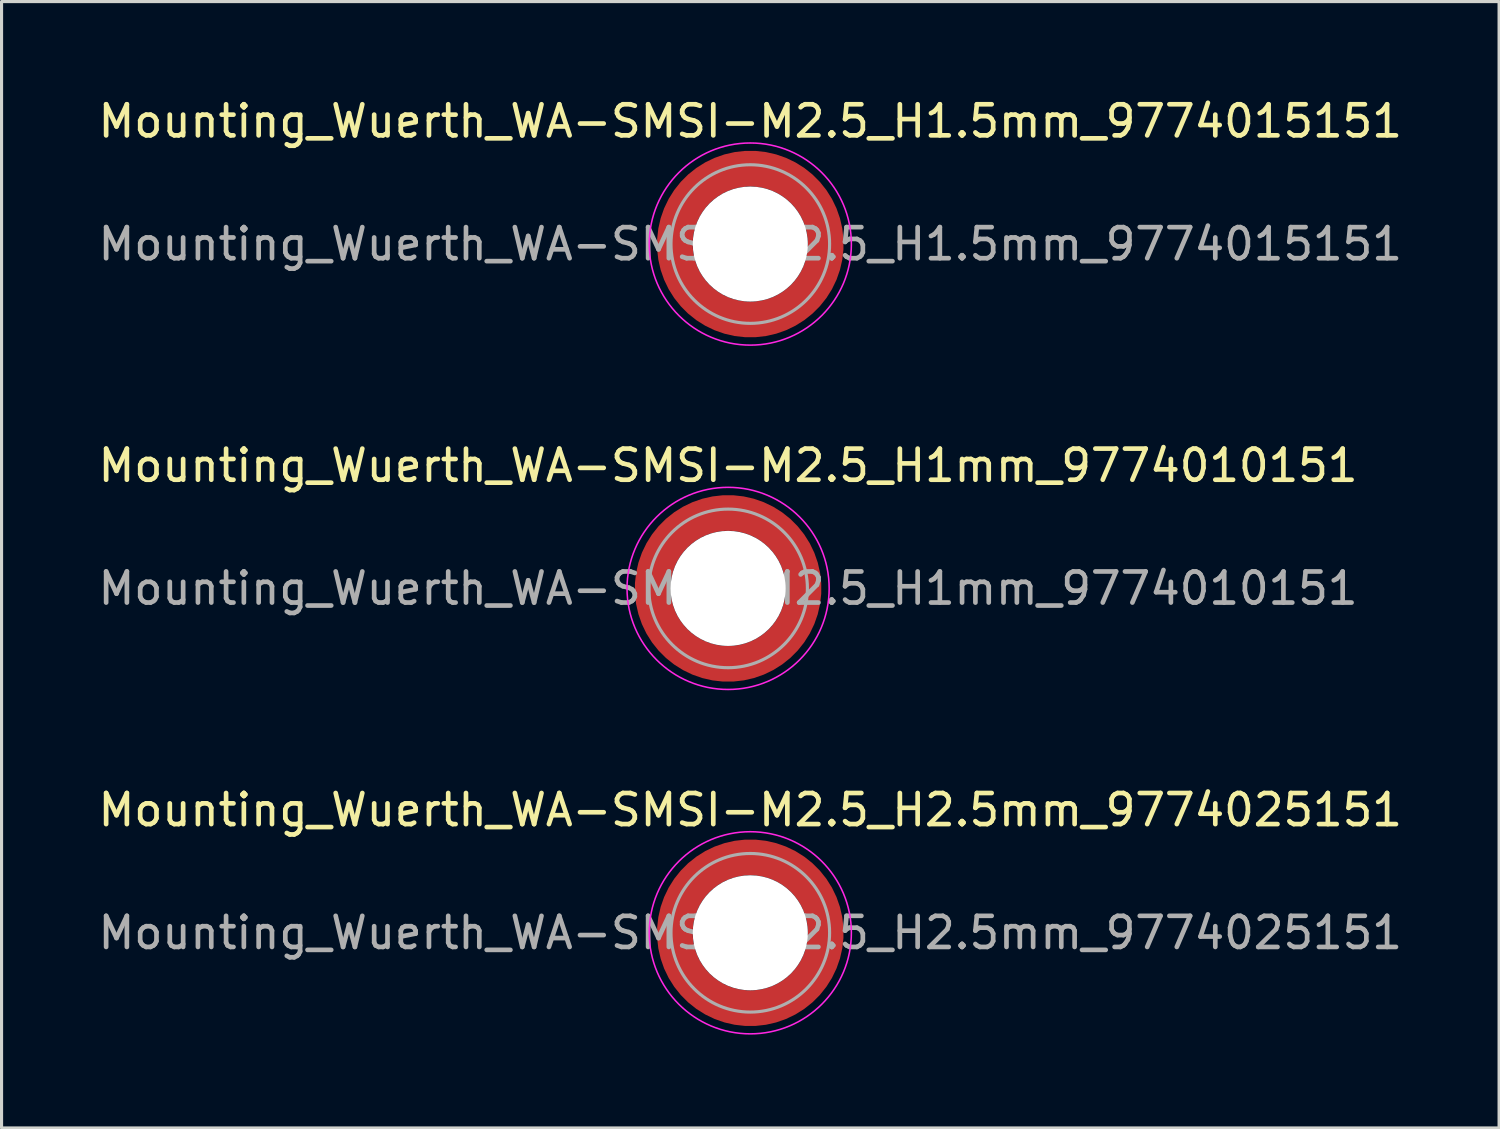
<source format=kicad_pcb>
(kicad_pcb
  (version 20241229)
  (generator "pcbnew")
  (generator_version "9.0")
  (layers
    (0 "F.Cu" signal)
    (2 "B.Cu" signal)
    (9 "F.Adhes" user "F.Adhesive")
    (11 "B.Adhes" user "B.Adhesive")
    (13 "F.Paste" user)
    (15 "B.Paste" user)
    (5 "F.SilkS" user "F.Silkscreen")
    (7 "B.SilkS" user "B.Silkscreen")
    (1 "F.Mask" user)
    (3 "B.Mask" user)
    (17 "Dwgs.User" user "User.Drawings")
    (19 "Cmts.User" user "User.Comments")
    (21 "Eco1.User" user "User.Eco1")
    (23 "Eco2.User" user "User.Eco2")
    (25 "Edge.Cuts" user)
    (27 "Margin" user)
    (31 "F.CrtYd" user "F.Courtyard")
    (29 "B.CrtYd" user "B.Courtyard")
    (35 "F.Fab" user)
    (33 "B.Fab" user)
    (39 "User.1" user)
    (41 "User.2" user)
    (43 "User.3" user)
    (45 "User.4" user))
  (footprint "Mounting_Wuerth_WA-SMSI-M2.5_H1mm_9774010151"
    (layer "F.Cu")
    (at 20.363 15.871)
    (property "Reference" "Mounting_Wuerth_WA-SMSI-M2.5_H1mm_9774010151" (at 0 -3.95 0) (layer "F.SilkS") (effects (font (size 1 1) (thickness 0.15))))
    (attr smd allow_soldermask_bridges)
    (fp_circle (center 0 0) (end 3.25 0) (stroke (width 0.05) (type solid)) (fill no) (layer "F.CrtYd"))
    (fp_circle (center 0 0) (end 2.55 0) (stroke (width 0.1) (type solid)) (fill no) (layer "F.Fab"))
    (fp_text user "${REFERENCE}" (at 0 0 0) (layer "F.Fab") (effects (font (size 1 1) (thickness 0.15))))
    (pad "" smd custom (at -1.704 -1.704) (size 0.51 0.51) (layers "F.Paste") (options (anchor circle)) (primitives (gr_arc (start -0.250195 1.279127) (mid 0.289914 0.289914) (end 1.279127 -0.250195) (width 0.2)) (gr_arc (start -0.34334 1.279127) (mid 0.225488 0.225488) (end 1.279127 -0.34334) (width 0.2)) (gr_arc (start -0.436309 1.279127) (mid 0.161063 0.161063) (end 1.279127 -0.436309) (width 0.2)) (gr_arc (start -0.529126 1.279127) (mid 0.096638 0.096638) (end 1.279127 -0.529126) (width 0.2)) (gr_arc (start -0.621807 1.279127) (mid 0.032213 0.032213) (end 1.279127 -0.621807) (width 0.2)) (gr_arc (start -0.71437 1.279127) (mid -0.032213 -0.032213) (end 1.279127 -0.71437) (width 0.2)) (gr_arc (start -0.806826 1.279127) (mid -0.096638 -0.096638) (end 1.279127 -0.806826) (width 0.2)) (gr_arc (start -0.899187 1.279127) (mid -0.161063 -0.161063) (end 1.279127 -0.899187) (width 0.2)) (gr_arc (start -0.991463 1.279127) (mid -0.225488 -0.225488) (end 1.279127 -0.991463) (width 0.2)) (gr_arc (start -1.083663 1.279127) (mid -0.289914 -0.289914) (end 1.279127 -1.083663) (width 0.2)) (gr_line (start 1.279 -0.25) (end 1.279 -1.084) (width 0.2)) (gr_line (start -0.25 1.279) (end -1.084 1.279) (width 0.2))))
    (pad "" smd custom (at -1.704 1.704) (size 0.51 0.51) (layers "F.Paste") (options (anchor circle)) (primitives (gr_arc (start 1.279127 0.250195) (mid 0.289914 -0.289914) (end -0.250195 -1.279127) (width 0.2)) (gr_arc (start 1.279127 0.34334) (mid 0.225488 -0.225488) (end -0.34334 -1.279127) (width 0.2)) (gr_arc (start 1.279127 0.436309) (mid 0.161063 -0.161063) (end -0.436309 -1.279127) (width 0.2)) (gr_arc (start 1.279127 0.529126) (mid 0.096638 -0.096638) (end -0.529126 -1.279127) (width 0.2)) (gr_arc (start 1.279127 0.621807) (mid 0.032213 -0.032213) (end -0.621807 -1.279127) (width 0.2)) (gr_arc (start 1.279127 0.71437) (mid -0.032213 0.032213) (end -0.71437 -1.279127) (width 0.2)) (gr_arc (start 1.279127 0.806826) (mid -0.096638 0.096638) (end -0.806826 -1.279127) (width 0.2)) (gr_arc (start 1.279127 0.899187) (mid -0.161063 0.161063) (end -0.899187 -1.279127) (width 0.2)) (gr_arc (start 1.279127 0.991463) (mid -0.225488 0.225488) (end -0.991463 -1.279127) (width 0.2)) (gr_arc (start 1.279127 1.083663) (mid -0.289914 0.289914) (end -1.083663 -1.279127) (width 0.2)) (gr_line (start -0.25 -1.279) (end -1.084 -1.279) (width 0.2)) (gr_line (start 1.279 0.25) (end 1.279 1.084) (width 0.2))))
    (pad "" np_thru_hole circle (at 0 0) (size 3.7 3.7) (drill 3.7) (layers "*.Cu" "*.Mask"))
    (pad "" smd custom (at 1.704 -1.704) (size 0.51 0.51) (layers "F.Paste") (options (anchor circle)) (primitives (gr_arc (start -1.279127 -0.250195) (mid -0.289914 0.289914) (end 0.250195 1.279127) (width 0.2)) (gr_arc (start -1.279127 -0.34334) (mid -0.225488 0.225488) (end 0.34334 1.279127) (width 0.2)) (gr_arc (start -1.279127 -0.436309) (mid -0.161063 0.161063) (end 0.436309 1.279127) (width 0.2)) (gr_arc (start -1.279127 -0.529126) (mid -0.096638 0.096638) (end 0.529126 1.279127) (width 0.2)) (gr_arc (start -1.279127 -0.621807) (mid -0.032213 0.032213) (end 0.621807 1.279127) (width 0.2)) (gr_arc (start -1.279127 -0.71437) (mid 0.032213 -0.032213) (end 0.71437 1.279127) (width 0.2)) (gr_arc (start -1.279127 -0.806826) (mid 0.096638 -0.096638) (end 0.806826 1.279127) (width 0.2)) (gr_arc (start -1.279127 -0.899187) (mid 0.161063 -0.161063) (end 0.899187 1.279127) (width 0.2)) (gr_arc (start -1.279127 -0.991463) (mid 0.225488 -0.225488) (end 0.991463 1.279127) (width 0.2)) (gr_arc (start -1.279127 -1.083663) (mid 0.289914 -0.289914) (end 1.083663 1.279127) (width 0.2)) (gr_line (start 0.25 1.279) (end 1.084 1.279) (width 0.2)) (gr_line (start -1.279 -0.25) (end -1.279 -1.084) (width 0.2))))
    (pad "" smd custom (at 1.704 1.704) (size 0.51 0.51) (layers "F.Paste") (options (anchor circle)) (primitives (gr_arc (start 0.250195 -1.279127) (mid -0.289914 -0.289914) (end -1.279127 0.250195) (width 0.2)) (gr_arc (start 0.34334 -1.279127) (mid -0.225488 -0.225488) (end -1.279127 0.34334) (width 0.2)) (gr_arc (start 0.436309 -1.279127) (mid -0.161063 -0.161063) (end -1.279127 0.436309) (width 0.2)) (gr_arc (start 0.529126 -1.279127) (mid -0.096638 -0.096638) (end -1.279127 0.529126) (width 0.2)) (gr_arc (start 0.621807 -1.279127) (mid -0.032213 -0.032213) (end -1.279127 0.621807) (width 0.2)) (gr_arc (start 0.71437 -1.279127) (mid 0.032213 0.032213) (end -1.279127 0.71437) (width 0.2)) (gr_arc (start 0.806826 -1.279127) (mid 0.096638 0.096638) (end -1.279127 0.806826) (width 0.2)) (gr_arc (start 0.899187 -1.279127) (mid 0.161063 0.161063) (end -1.279127 0.899187) (width 0.2)) (gr_arc (start 0.991463 -1.279127) (mid 0.225488 0.225488) (end -1.279127 0.991463) (width 0.2)) (gr_arc (start 1.083663 -1.279127) (mid 0.289914 0.289914) (end -1.279127 1.083663) (width 0.2)) (gr_line (start -1.279 0.25) (end -1.279 1.084) (width 0.2)) (gr_line (start 0.25 -1.279) (end 1.084 -1.279) (width 0.2))))
    (pad "1" smd circle (at -2.425 0) (size 0.642 0.642) (layers "F.Cu"))
    (pad "1" smd circle (at 0 -2.425) (size 0.642 0.642) (layers "F.Cu"))
    (pad "1" smd circle (at 0 2.425) (size 0.642 0.642) (layers "F.Cu"))
    (pad "1" smd custom (at 2.425 0) (size 1.15 1.15) (layers "F.Cu" "F.Mask") (options (anchor circle)) (primitives (gr_circle (center -2.425 0) (end 0 0) (width 1.15) (fill no)))))
  (footprint "Mounting_Wuerth_WA-SMSI-M2.5_H1.5mm_9774015151"
    (layer "F.Cu")
    (at 21.077 4.798)
    (property "Reference" "Mounting_Wuerth_WA-SMSI-M2.5_H1.5mm_9774015151" (at 0 -3.95 0) (layer "F.SilkS") (effects (font (size 1 1) (thickness 0.15))))
    (attr smd allow_soldermask_bridges)
    (fp_circle (center 0 0) (end 3.25 0) (stroke (width 0.05) (type solid)) (fill no) (layer "F.CrtYd"))
    (fp_circle (center 0 0) (end 2.55 0) (stroke (width 0.1) (type solid)) (fill no) (layer "F.Fab"))
    (fp_text user "${REFERENCE}" (at 0 0 0) (layer "F.Fab") (effects (font (size 1 1) (thickness 0.15))))
    (pad "" smd custom (at -1.704 -1.704) (size 0.51 0.51) (layers "F.Paste") (options (anchor circle)) (primitives (gr_arc (start -0.250195 1.279127) (mid 0.289914 0.289914) (end 1.279127 -0.250195) (width 0.2)) (gr_arc (start -0.34334 1.279127) (mid 0.225488 0.225488) (end 1.279127 -0.34334) (width 0.2)) (gr_arc (start -0.436309 1.279127) (mid 0.161063 0.161063) (end 1.279127 -0.436309) (width 0.2)) (gr_arc (start -0.529126 1.279127) (mid 0.096638 0.096638) (end 1.279127 -0.529126) (width 0.2)) (gr_arc (start -0.621807 1.279127) (mid 0.032213 0.032213) (end 1.279127 -0.621807) (width 0.2)) (gr_arc (start -0.71437 1.279127) (mid -0.032213 -0.032213) (end 1.279127 -0.71437) (width 0.2)) (gr_arc (start -0.806826 1.279127) (mid -0.096638 -0.096638) (end 1.279127 -0.806826) (width 0.2)) (gr_arc (start -0.899187 1.279127) (mid -0.161063 -0.161063) (end 1.279127 -0.899187) (width 0.2)) (gr_arc (start -0.991463 1.279127) (mid -0.225488 -0.225488) (end 1.279127 -0.991463) (width 0.2)) (gr_arc (start -1.083663 1.279127) (mid -0.289914 -0.289914) (end 1.279127 -1.083663) (width 0.2)) (gr_line (start 1.279 -0.25) (end 1.279 -1.084) (width 0.2)) (gr_line (start -0.25 1.279) (end -1.084 1.279) (width 0.2))))
    (pad "" smd custom (at -1.704 1.704) (size 0.51 0.51) (layers "F.Paste") (options (anchor circle)) (primitives (gr_arc (start 1.279127 0.250195) (mid 0.289914 -0.289914) (end -0.250195 -1.279127) (width 0.2)) (gr_arc (start 1.279127 0.34334) (mid 0.225488 -0.225488) (end -0.34334 -1.279127) (width 0.2)) (gr_arc (start 1.279127 0.436309) (mid 0.161063 -0.161063) (end -0.436309 -1.279127) (width 0.2)) (gr_arc (start 1.279127 0.529126) (mid 0.096638 -0.096638) (end -0.529126 -1.279127) (width 0.2)) (gr_arc (start 1.279127 0.621807) (mid 0.032213 -0.032213) (end -0.621807 -1.279127) (width 0.2)) (gr_arc (start 1.279127 0.71437) (mid -0.032213 0.032213) (end -0.71437 -1.279127) (width 0.2)) (gr_arc (start 1.279127 0.806826) (mid -0.096638 0.096638) (end -0.806826 -1.279127) (width 0.2)) (gr_arc (start 1.279127 0.899187) (mid -0.161063 0.161063) (end -0.899187 -1.279127) (width 0.2)) (gr_arc (start 1.279127 0.991463) (mid -0.225488 0.225488) (end -0.991463 -1.279127) (width 0.2)) (gr_arc (start 1.279127 1.083663) (mid -0.289914 0.289914) (end -1.083663 -1.279127) (width 0.2)) (gr_line (start -0.25 -1.279) (end -1.084 -1.279) (width 0.2)) (gr_line (start 1.279 0.25) (end 1.279 1.084) (width 0.2))))
    (pad "" np_thru_hole circle (at 0 0) (size 3.7 3.7) (drill 3.7) (layers "*.Cu" "*.Mask"))
    (pad "" smd custom (at 1.704 -1.704) (size 0.51 0.51) (layers "F.Paste") (options (anchor circle)) (primitives (gr_arc (start -1.279127 -0.250195) (mid -0.289914 0.289914) (end 0.250195 1.279127) (width 0.2)) (gr_arc (start -1.279127 -0.34334) (mid -0.225488 0.225488) (end 0.34334 1.279127) (width 0.2)) (gr_arc (start -1.279127 -0.436309) (mid -0.161063 0.161063) (end 0.436309 1.279127) (width 0.2)) (gr_arc (start -1.279127 -0.529126) (mid -0.096638 0.096638) (end 0.529126 1.279127) (width 0.2)) (gr_arc (start -1.279127 -0.621807) (mid -0.032213 0.032213) (end 0.621807 1.279127) (width 0.2)) (gr_arc (start -1.279127 -0.71437) (mid 0.032213 -0.032213) (end 0.71437 1.279127) (width 0.2)) (gr_arc (start -1.279127 -0.806826) (mid 0.096638 -0.096638) (end 0.806826 1.279127) (width 0.2)) (gr_arc (start -1.279127 -0.899187) (mid 0.161063 -0.161063) (end 0.899187 1.279127) (width 0.2)) (gr_arc (start -1.279127 -0.991463) (mid 0.225488 -0.225488) (end 0.991463 1.279127) (width 0.2)) (gr_arc (start -1.279127 -1.083663) (mid 0.289914 -0.289914) (end 1.083663 1.279127) (width 0.2)) (gr_line (start 0.25 1.279) (end 1.084 1.279) (width 0.2)) (gr_line (start -1.279 -0.25) (end -1.279 -1.084) (width 0.2))))
    (pad "" smd custom (at 1.704 1.704) (size 0.51 0.51) (layers "F.Paste") (options (anchor circle)) (primitives (gr_arc (start 0.250195 -1.279127) (mid -0.289914 -0.289914) (end -1.279127 0.250195) (width 0.2)) (gr_arc (start 0.34334 -1.279127) (mid -0.225488 -0.225488) (end -1.279127 0.34334) (width 0.2)) (gr_arc (start 0.436309 -1.279127) (mid -0.161063 -0.161063) (end -1.279127 0.436309) (width 0.2)) (gr_arc (start 0.529126 -1.279127) (mid -0.096638 -0.096638) (end -1.279127 0.529126) (width 0.2)) (gr_arc (start 0.621807 -1.279127) (mid -0.032213 -0.032213) (end -1.279127 0.621807) (width 0.2)) (gr_arc (start 0.71437 -1.279127) (mid 0.032213 0.032213) (end -1.279127 0.71437) (width 0.2)) (gr_arc (start 0.806826 -1.279127) (mid 0.096638 0.096638) (end -1.279127 0.806826) (width 0.2)) (gr_arc (start 0.899187 -1.279127) (mid 0.161063 0.161063) (end -1.279127 0.899187) (width 0.2)) (gr_arc (start 0.991463 -1.279127) (mid 0.225488 0.225488) (end -1.279127 0.991463) (width 0.2)) (gr_arc (start 1.083663 -1.279127) (mid 0.289914 0.289914) (end -1.279127 1.083663) (width 0.2)) (gr_line (start -1.279 0.25) (end -1.279 1.084) (width 0.2)) (gr_line (start 0.25 -1.279) (end 1.084 -1.279) (width 0.2))))
    (pad "1" smd circle (at -2.425 0) (size 0.642 0.642) (layers "F.Cu"))
    (pad "1" smd circle (at 0 -2.425) (size 0.642 0.642) (layers "F.Cu"))
    (pad "1" smd circle (at 0 2.425) (size 0.642 0.642) (layers "F.Cu"))
    (pad "1" smd custom (at 2.425 0) (size 1.15 1.15) (layers "F.Cu" "F.Mask") (options (anchor circle)) (primitives (gr_circle (center -2.425 0) (end 0 0) (width 1.15) (fill no)))))
  (footprint "Mounting_Wuerth_WA-SMSI-M2.5_H2.5mm_9774025151"
    (layer "F.Cu")
    (at 21.077 26.945)
    (property "Reference" "Mounting_Wuerth_WA-SMSI-M2.5_H2.5mm_9774025151" (at 0 -3.95 0) (layer "F.SilkS") (effects (font (size 1 1) (thickness 0.15))))
    (attr smd allow_soldermask_bridges)
    (fp_circle (center 0 0) (end 3.25 0) (stroke (width 0.05) (type solid)) (fill no) (layer "F.CrtYd"))
    (fp_circle (center 0 0) (end 2.55 0) (stroke (width 0.1) (type solid)) (fill no) (layer "F.Fab"))
    (fp_text user "${REFERENCE}" (at 0 0 0) (layer "F.Fab") (effects (font (size 1 1) (thickness 0.15))))
    (pad "" smd custom (at -1.704 -1.704) (size 0.51 0.51) (layers "F.Paste") (options (anchor circle)) (primitives (gr_arc (start -0.250195 1.279127) (mid 0.289914 0.289914) (end 1.279127 -0.250195) (width 0.2)) (gr_arc (start -0.34334 1.279127) (mid 0.225488 0.225488) (end 1.279127 -0.34334) (width 0.2)) (gr_arc (start -0.436309 1.279127) (mid 0.161063 0.161063) (end 1.279127 -0.436309) (width 0.2)) (gr_arc (start -0.529126 1.279127) (mid 0.096638 0.096638) (end 1.279127 -0.529126) (width 0.2)) (gr_arc (start -0.621807 1.279127) (mid 0.032213 0.032213) (end 1.279127 -0.621807) (width 0.2)) (gr_arc (start -0.71437 1.279127) (mid -0.032213 -0.032213) (end 1.279127 -0.71437) (width 0.2)) (gr_arc (start -0.806826 1.279127) (mid -0.096638 -0.096638) (end 1.279127 -0.806826) (width 0.2)) (gr_arc (start -0.899187 1.279127) (mid -0.161063 -0.161063) (end 1.279127 -0.899187) (width 0.2)) (gr_arc (start -0.991463 1.279127) (mid -0.225488 -0.225488) (end 1.279127 -0.991463) (width 0.2)) (gr_arc (start -1.083663 1.279127) (mid -0.289914 -0.289914) (end 1.279127 -1.083663) (width 0.2)) (gr_line (start 1.279 -0.25) (end 1.279 -1.084) (width 0.2)) (gr_line (start -0.25 1.279) (end -1.084 1.279) (width 0.2))))
    (pad "" smd custom (at -1.704 1.704) (size 0.51 0.51) (layers "F.Paste") (options (anchor circle)) (primitives (gr_arc (start 1.279127 0.250195) (mid 0.289914 -0.289914) (end -0.250195 -1.279127) (width 0.2)) (gr_arc (start 1.279127 0.34334) (mid 0.225488 -0.225488) (end -0.34334 -1.279127) (width 0.2)) (gr_arc (start 1.279127 0.436309) (mid 0.161063 -0.161063) (end -0.436309 -1.279127) (width 0.2)) (gr_arc (start 1.279127 0.529126) (mid 0.096638 -0.096638) (end -0.529126 -1.279127) (width 0.2)) (gr_arc (start 1.279127 0.621807) (mid 0.032213 -0.032213) (end -0.621807 -1.279127) (width 0.2)) (gr_arc (start 1.279127 0.71437) (mid -0.032213 0.032213) (end -0.71437 -1.279127) (width 0.2)) (gr_arc (start 1.279127 0.806826) (mid -0.096638 0.096638) (end -0.806826 -1.279127) (width 0.2)) (gr_arc (start 1.279127 0.899187) (mid -0.161063 0.161063) (end -0.899187 -1.279127) (width 0.2)) (gr_arc (start 1.279127 0.991463) (mid -0.225488 0.225488) (end -0.991463 -1.279127) (width 0.2)) (gr_arc (start 1.279127 1.083663) (mid -0.289914 0.289914) (end -1.083663 -1.279127) (width 0.2)) (gr_line (start -0.25 -1.279) (end -1.084 -1.279) (width 0.2)) (gr_line (start 1.279 0.25) (end 1.279 1.084) (width 0.2))))
    (pad "" np_thru_hole circle (at 0 0) (size 3.7 3.7) (drill 3.7) (layers "*.Cu" "*.Mask"))
    (pad "" smd custom (at 1.704 -1.704) (size 0.51 0.51) (layers "F.Paste") (options (anchor circle)) (primitives (gr_arc (start -1.279127 -0.250195) (mid -0.289914 0.289914) (end 0.250195 1.279127) (width 0.2)) (gr_arc (start -1.279127 -0.34334) (mid -0.225488 0.225488) (end 0.34334 1.279127) (width 0.2)) (gr_arc (start -1.279127 -0.436309) (mid -0.161063 0.161063) (end 0.436309 1.279127) (width 0.2)) (gr_arc (start -1.279127 -0.529126) (mid -0.096638 0.096638) (end 0.529126 1.279127) (width 0.2)) (gr_arc (start -1.279127 -0.621807) (mid -0.032213 0.032213) (end 0.621807 1.279127) (width 0.2)) (gr_arc (start -1.279127 -0.71437) (mid 0.032213 -0.032213) (end 0.71437 1.279127) (width 0.2)) (gr_arc (start -1.279127 -0.806826) (mid 0.096638 -0.096638) (end 0.806826 1.279127) (width 0.2)) (gr_arc (start -1.279127 -0.899187) (mid 0.161063 -0.161063) (end 0.899187 1.279127) (width 0.2)) (gr_arc (start -1.279127 -0.991463) (mid 0.225488 -0.225488) (end 0.991463 1.279127) (width 0.2)) (gr_arc (start -1.279127 -1.083663) (mid 0.289914 -0.289914) (end 1.083663 1.279127) (width 0.2)) (gr_line (start 0.25 1.279) (end 1.084 1.279) (width 0.2)) (gr_line (start -1.279 -0.25) (end -1.279 -1.084) (width 0.2))))
    (pad "" smd custom (at 1.704 1.704) (size 0.51 0.51) (layers "F.Paste") (options (anchor circle)) (primitives (gr_arc (start 0.250195 -1.279127) (mid -0.289914 -0.289914) (end -1.279127 0.250195) (width 0.2)) (gr_arc (start 0.34334 -1.279127) (mid -0.225488 -0.225488) (end -1.279127 0.34334) (width 0.2)) (gr_arc (start 0.436309 -1.279127) (mid -0.161063 -0.161063) (end -1.279127 0.436309) (width 0.2)) (gr_arc (start 0.529126 -1.279127) (mid -0.096638 -0.096638) (end -1.279127 0.529126) (width 0.2)) (gr_arc (start 0.621807 -1.279127) (mid -0.032213 -0.032213) (end -1.279127 0.621807) (width 0.2)) (gr_arc (start 0.71437 -1.279127) (mid 0.032213 0.032213) (end -1.279127 0.71437) (width 0.2)) (gr_arc (start 0.806826 -1.279127) (mid 0.096638 0.096638) (end -1.279127 0.806826) (width 0.2)) (gr_arc (start 0.899187 -1.279127) (mid 0.161063 0.161063) (end -1.279127 0.899187) (width 0.2)) (gr_arc (start 0.991463 -1.279127) (mid 0.225488 0.225488) (end -1.279127 0.991463) (width 0.2)) (gr_arc (start 1.083663 -1.279127) (mid 0.289914 0.289914) (end -1.279127 1.083663) (width 0.2)) (gr_line (start -1.279 0.25) (end -1.279 1.084) (width 0.2)) (gr_line (start 0.25 -1.279) (end 1.084 -1.279) (width 0.2))))
    (pad "1" smd circle (at -2.425 0) (size 0.642 0.642) (layers "F.Cu"))
    (pad "1" smd circle (at 0 -2.425) (size 0.642 0.642) (layers "F.Cu"))
    (pad "1" smd circle (at 0 2.425) (size 0.642 0.642) (layers "F.Cu"))
    (pad "1" smd custom (at 2.425 0) (size 1.15 1.15) (layers "F.Cu" "F.Mask") (options (anchor circle)) (primitives (gr_circle (center -2.425 0) (end 0 0) (width 1.15) (fill no)))))
  (gr_rect
    (start -3 -3)
    (end 45.155 33.22)
    (stroke (width 0.1) (type default))
    (fill no)
    (layer "Edge.Cuts")))
</source>
